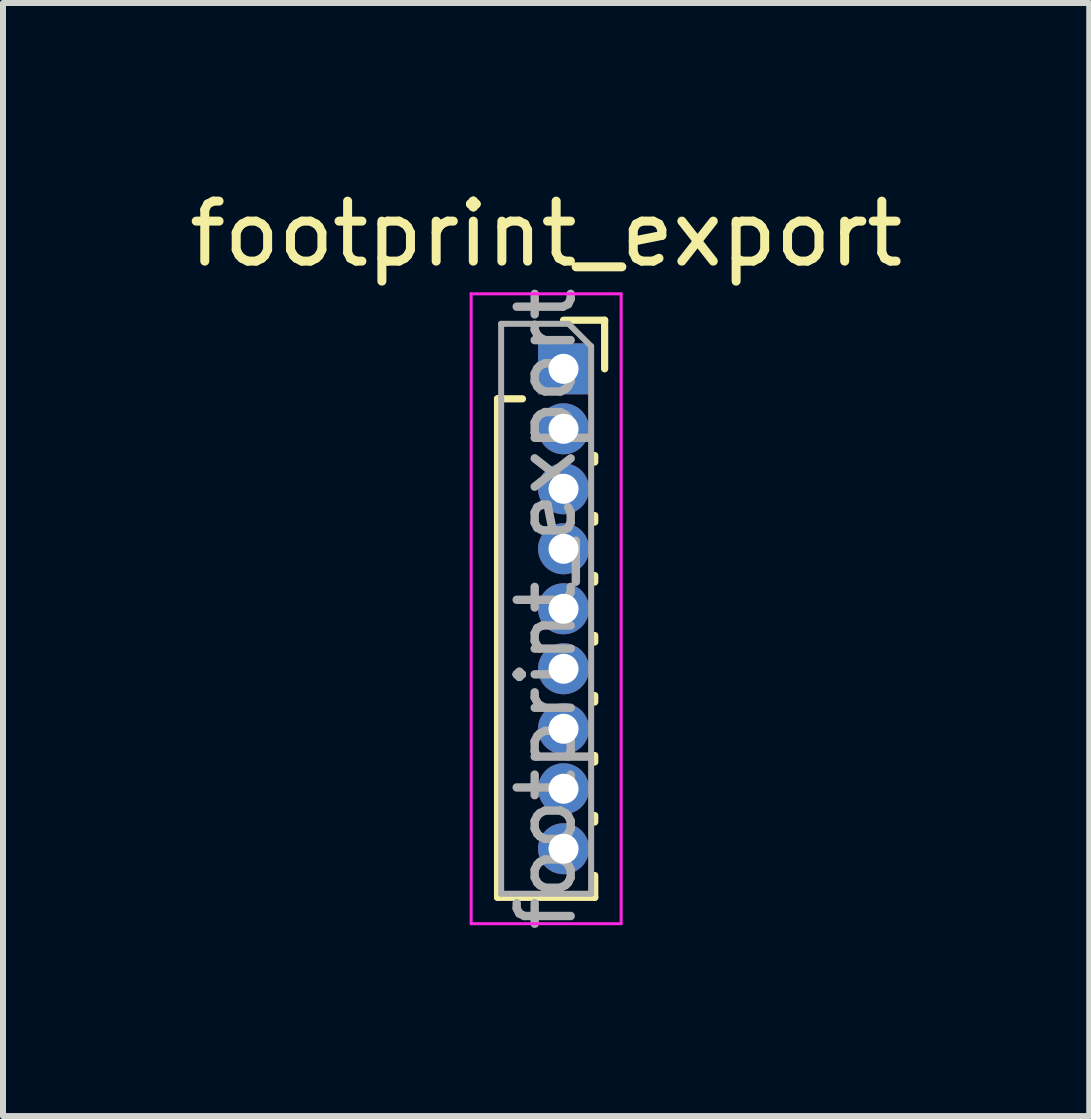
<source format=kicad_pcb>
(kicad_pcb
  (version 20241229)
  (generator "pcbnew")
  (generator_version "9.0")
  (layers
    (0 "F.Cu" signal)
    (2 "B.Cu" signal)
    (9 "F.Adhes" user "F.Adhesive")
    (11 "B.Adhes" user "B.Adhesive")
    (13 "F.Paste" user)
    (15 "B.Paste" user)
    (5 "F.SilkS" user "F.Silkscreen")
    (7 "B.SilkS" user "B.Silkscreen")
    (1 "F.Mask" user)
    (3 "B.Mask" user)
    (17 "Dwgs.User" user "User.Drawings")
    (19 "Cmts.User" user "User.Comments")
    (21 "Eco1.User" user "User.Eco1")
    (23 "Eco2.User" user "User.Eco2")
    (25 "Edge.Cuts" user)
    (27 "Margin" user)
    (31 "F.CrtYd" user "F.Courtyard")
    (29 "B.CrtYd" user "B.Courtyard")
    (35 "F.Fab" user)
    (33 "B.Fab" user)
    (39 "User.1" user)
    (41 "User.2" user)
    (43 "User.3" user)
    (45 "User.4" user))
  (footprint "footprint_export"
    (layer "F.Cu")
    (at 6.344 3.098)
    (property "Reference" "footprint_export" (at -0.29 -2.25 0) (layer "F.SilkS") (effects (font (size 1 1) (thickness 0.15))))
    (attr through_hole)
    (fp_line (start -1.1 0.5) (end -1.1 8.81) (stroke (width 0.12) (type solid)) (layer "F.SilkS"))
    (fp_line (start -1.1 0.5) (end -0.685 0.5) (stroke (width 0.12) (type solid)) (layer "F.SilkS"))
    (fp_line (start -1.1 8.81) (end 0.52 8.81) (stroke (width 0.12) (type solid)) (layer "F.SilkS"))
    (fp_line (start 0 -0.81) (end 0.685 -0.81) (stroke (width 0.12) (type solid)) (layer "F.SilkS"))
    (fp_line (start 0.52 1.446) (end 0.52 1.554) (stroke (width 0.12) (type solid)) (layer "F.SilkS"))
    (fp_line (start 0.52 2.446) (end 0.52 2.554) (stroke (width 0.12) (type solid)) (layer "F.SilkS"))
    (fp_line (start 0.52 3.446) (end 0.52 3.554) (stroke (width 0.12) (type solid)) (layer "F.SilkS"))
    (fp_line (start 0.52 4.446) (end 0.52 4.554) (stroke (width 0.12) (type solid)) (layer "F.SilkS"))
    (fp_line (start 0.52 5.446) (end 0.52 5.554) (stroke (width 0.12) (type solid)) (layer "F.SilkS"))
    (fp_line (start 0.52 6.446) (end 0.52 6.554) (stroke (width 0.12) (type solid)) (layer "F.SilkS"))
    (fp_line (start 0.52 7.446) (end 0.52 7.554) (stroke (width 0.12) (type solid)) (layer "F.SilkS"))
    (fp_line (start 0.52 8.446) (end 0.52 8.81) (stroke (width 0.12) (type solid)) (layer "F.SilkS"))
    (fp_line (start 0.685 -0.81) (end 0.685 0) (stroke (width 0.12) (type solid)) (layer "F.SilkS"))
    (fp_line (start -1.54 -1.25) (end 0.96 -1.25) (stroke (width 0.05) (type solid)) (layer "F.CrtYd"))
    (fp_line (start -1.54 9.25) (end -1.54 -1.25) (stroke (width 0.05) (type solid)) (layer "F.CrtYd"))
    (fp_line (start 0.96 -1.25) (end 0.96 9.25) (stroke (width 0.05) (type solid)) (layer "F.CrtYd"))
    (fp_line (start 0.96 9.25) (end -1.54 9.25) (stroke (width 0.05) (type solid)) (layer "F.CrtYd"))
    (fp_line (start -1.04 -0.75) (end 0.085 -0.75) (stroke (width 0.1) (type solid)) (layer "F.Fab"))
    (fp_line (start -1.04 8.75) (end -1.04 -0.75) (stroke (width 0.1) (type solid)) (layer "F.Fab"))
    (fp_line (start 0.085 -0.75) (end 0.46 -0.375) (stroke (width 0.1) (type solid)) (layer "F.Fab"))
    (fp_line (start 0.46 -0.375) (end 0.46 8.75) (stroke (width 0.1) (type solid)) (layer "F.Fab"))
    (fp_line (start 0.46 8.75) (end -1.04 8.75) (stroke (width 0.1) (type solid)) (layer "F.Fab"))
    (fp_text user "${REFERENCE}" (at -0.29 4 90) (layer "F.Fab") (effects (font (size 0.9 0.9) (thickness 0.14))))
    (pad "1" thru_hole rect (at 0 0) (size 0.85 0.85) (drill 0.5) (layers "*.Cu" "*.Mask"))
    (pad "2" thru_hole oval (at 0 1) (size 0.85 0.85) (drill 0.5) (layers "*.Cu" "*.Mask"))
    (pad "3" thru_hole oval (at 0 2) (size 0.85 0.85) (drill 0.5) (layers "*.Cu" "*.Mask"))
    (pad "4" thru_hole oval (at 0 3) (size 0.85 0.85) (drill 0.5) (layers "*.Cu" "*.Mask"))
    (pad "5" thru_hole oval (at 0 4) (size 0.85 0.85) (drill 0.5) (layers "*.Cu" "*.Mask"))
    (pad "6" thru_hole oval (at 0 5) (size 0.85 0.85) (drill 0.5) (layers "*.Cu" "*.Mask"))
    (pad "7" thru_hole oval (at 0 6) (size 0.85 0.85) (drill 0.5) (layers "*.Cu" "*.Mask"))
    (pad "8" thru_hole oval (at 0 7) (size 0.85 0.85) (drill 0.5) (layers "*.Cu" "*.Mask"))
    (pad "9" thru_hole oval (at 0 8) (size 0.85 0.85) (drill 0.5) (layers "*.Cu" "*.Mask")))
  (gr_rect
    (start -3 -3)
    (end 15.107 15.554)
    (stroke (width 0.1) (type default))
    (fill no)
    (layer "Edge.Cuts")))
</source>
